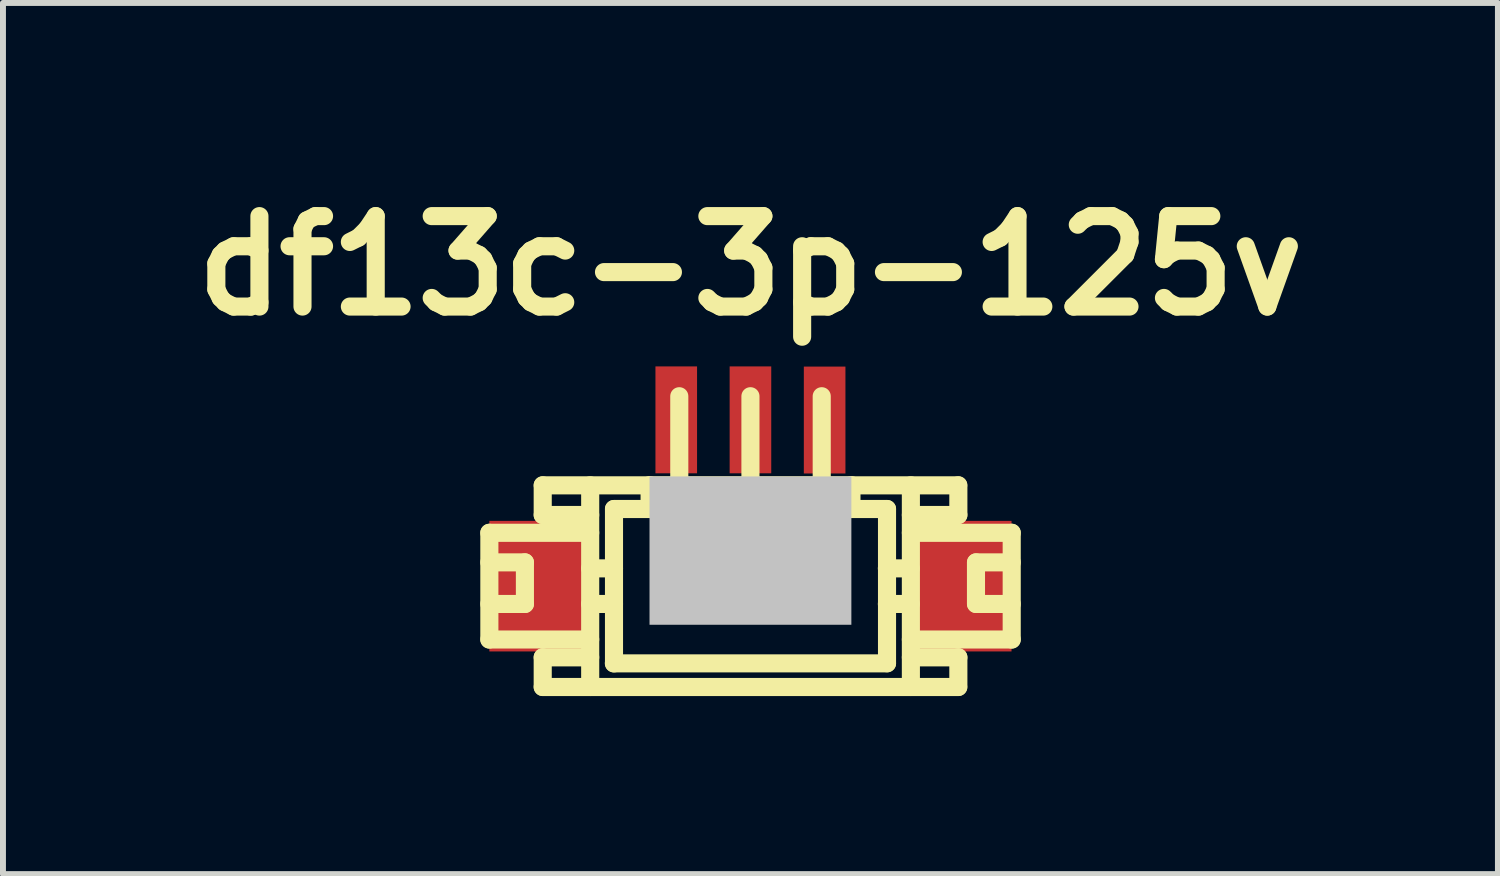
<source format=kicad_pcb>
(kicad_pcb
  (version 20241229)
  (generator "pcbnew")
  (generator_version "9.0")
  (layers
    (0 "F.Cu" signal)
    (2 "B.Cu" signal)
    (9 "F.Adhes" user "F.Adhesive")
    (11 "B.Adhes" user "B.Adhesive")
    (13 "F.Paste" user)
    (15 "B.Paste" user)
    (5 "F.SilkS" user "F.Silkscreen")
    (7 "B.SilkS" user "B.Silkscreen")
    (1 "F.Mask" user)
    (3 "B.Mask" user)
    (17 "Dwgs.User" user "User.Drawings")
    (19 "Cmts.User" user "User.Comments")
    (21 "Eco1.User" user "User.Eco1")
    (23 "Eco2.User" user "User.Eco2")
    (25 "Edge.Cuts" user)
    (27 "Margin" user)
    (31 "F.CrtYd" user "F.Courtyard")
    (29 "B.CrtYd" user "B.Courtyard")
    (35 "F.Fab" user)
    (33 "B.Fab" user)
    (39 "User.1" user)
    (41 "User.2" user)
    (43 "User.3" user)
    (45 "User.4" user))
  (footprint "df13c-3p-125v"
    (layer "F.Cu")
    (at 9.594 6.026)
    (property "Reference" "df13c-3p-125v" (at 0 -4.6 0) (layer "F.SilkS") (effects (font (size 1.524 1.524) (thickness 0.305))))
    (attr through_hole)
    (fp_line (start -4.399 -0.099) (end -2.7 -0.099) (stroke (width 0.305) (type solid)) (layer "F.SilkS"))
    (fp_line (start -4.399 0.399) (end -3.8 0.399) (stroke (width 0.305) (type solid)) (layer "F.SilkS"))
    (fp_line (start -4.399 1.699) (end -4.399 -0.099) (stroke (width 0.305) (type solid)) (layer "F.SilkS"))
    (fp_line (start -4.399 1.699) (end -2.7 1.699) (stroke (width 0.305) (type solid)) (layer "F.SilkS"))
    (fp_line (start -3.8 0.399) (end -3.8 1.1) (stroke (width 0.305) (type solid)) (layer "F.SilkS"))
    (fp_line (start -3.8 1.1) (end -4.399 1.1) (stroke (width 0.305) (type solid)) (layer "F.SilkS"))
    (fp_line (start -3.5 -0.899) (end 3.5 -0.899) (stroke (width 0.305) (type solid)) (layer "F.SilkS"))
    (fp_line (start -3.5 -0.399) (end -3.5 -0.899) (stroke (width 0.305) (type solid)) (layer "F.SilkS"))
    (fp_line (start -3.5 2.499) (end -3.5 1.999) (stroke (width 0.305) (type solid)) (layer "F.SilkS"))
    (fp_line (start -3.5 2.499) (end 3.5 2.499) (stroke (width 0.305) (type solid)) (layer "F.SilkS"))
    (fp_line (start -2.7 -0.899) (end -2.7 2.499) (stroke (width 0.305) (type solid)) (layer "F.SilkS"))
    (fp_line (start -2.7 -0.399) (end -3.5 -0.399) (stroke (width 0.305) (type solid)) (layer "F.SilkS"))
    (fp_line (start -2.7 0.5) (end -2.299 0.5) (stroke (width 0.305) (type solid)) (layer "F.SilkS"))
    (fp_line (start -2.7 1.1) (end -2.299 1.1) (stroke (width 0.305) (type solid)) (layer "F.SilkS"))
    (fp_line (start -2.7 1.999) (end -3.5 1.999) (stroke (width 0.305) (type solid)) (layer "F.SilkS"))
    (fp_line (start -2.299 -0.5) (end -1.699 -0.5) (stroke (width 0.305) (type solid)) (layer "F.SilkS"))
    (fp_line (start -2.299 2.101) (end -2.299 -0.5) (stroke (width 0.305) (type solid)) (layer "F.SilkS"))
    (fp_line (start -1.699 -0.902) (end -1.699 -0.5) (stroke (width 0.305) (type solid)) (layer "F.SilkS"))
    (fp_line (start -1.3 0.998) (end -1.3 1.199) (stroke (width 0.305) (type solid)) (layer "F.SilkS"))
    (fp_line (start -1.3 1.199) (end -1.1 1.199) (stroke (width 0.305) (type solid)) (layer "F.SilkS"))
    (fp_line (start -1.199 -0.902) (end -1.199 -2.4) (stroke (width 0.305) (type solid)) (layer "F.SilkS"))
    (fp_line (start -1.1 0.998) (end -1.3 0.998) (stroke (width 0.305) (type solid)) (layer "F.SilkS"))
    (fp_line (start -1.1 1.199) (end -1.1 0.998) (stroke (width 0.305) (type solid)) (layer "F.SilkS"))
    (fp_line (start -0.099 1.001) (end 0.099 1.001) (stroke (width 0.305) (type solid)) (layer "F.SilkS"))
    (fp_line (start -0.099 1.199) (end -0.099 1.001) (stroke (width 0.305) (type solid)) (layer "F.SilkS"))
    (fp_line (start 0 -0.899) (end 0 -2.4) (stroke (width 0.305) (type solid)) (layer "F.SilkS"))
    (fp_line (start 0.099 1.001) (end 0.099 1.199) (stroke (width 0.305) (type solid)) (layer "F.SilkS"))
    (fp_line (start 0.099 1.199) (end -0.099 1.199) (stroke (width 0.305) (type solid)) (layer "F.SilkS"))
    (fp_line (start 1.102 0.998) (end 1.303 0.998) (stroke (width 0.305) (type solid)) (layer "F.SilkS"))
    (fp_line (start 1.102 1.199) (end 1.102 0.998) (stroke (width 0.305) (type solid)) (layer "F.SilkS"))
    (fp_line (start 1.201 -0.902) (end 1.201 -2.4) (stroke (width 0.305) (type solid)) (layer "F.SilkS"))
    (fp_line (start 1.303 0.998) (end 1.303 1.199) (stroke (width 0.305) (type solid)) (layer "F.SilkS"))
    (fp_line (start 1.303 1.199) (end 1.102 1.199) (stroke (width 0.305) (type solid)) (layer "F.SilkS"))
    (fp_line (start 1.702 -0.5) (end 1.702 -0.902) (stroke (width 0.305) (type solid)) (layer "F.SilkS"))
    (fp_line (start 2.299 1.1) (end 2.7 1.1) (stroke (width 0.305) (type solid)) (layer "F.SilkS"))
    (fp_line (start 2.301 -0.5) (end 1.702 -0.5) (stroke (width 0.305) (type solid)) (layer "F.SilkS"))
    (fp_line (start 2.301 2.098) (end 2.301 -0.5) (stroke (width 0.305) (type solid)) (layer "F.SilkS"))
    (fp_line (start 2.301 2.101) (end -2.301 2.101) (stroke (width 0.305) (type solid)) (layer "F.SilkS"))
    (fp_line (start 2.7 0.5) (end 2.299 0.5) (stroke (width 0.305) (type solid)) (layer "F.SilkS"))
    (fp_line (start 2.703 -0.899) (end 2.703 2.499) (stroke (width 0.305) (type solid)) (layer "F.SilkS"))
    (fp_line (start 3.503 -0.399) (end 2.703 -0.399) (stroke (width 0.305) (type solid)) (layer "F.SilkS"))
    (fp_line (start 3.503 -0.399) (end 3.503 -0.899) (stroke (width 0.305) (type solid)) (layer "F.SilkS"))
    (fp_line (start 3.503 1.999) (end 2.703 1.999) (stroke (width 0.305) (type solid)) (layer "F.SilkS"))
    (fp_line (start 3.503 2.499) (end 3.503 1.999) (stroke (width 0.305) (type solid)) (layer "F.SilkS"))
    (fp_line (start 3.8 0.399) (end 3.8 1.1) (stroke (width 0.305) (type solid)) (layer "F.SilkS"))
    (fp_line (start 3.802 0.399) (end 4.402 0.399) (stroke (width 0.305) (type solid)) (layer "F.SilkS"))
    (fp_line (start 3.802 1.1) (end 4.402 1.1) (stroke (width 0.305) (type solid)) (layer "F.SilkS"))
    (fp_line (start 4.402 -0.099) (end 2.703 -0.099) (stroke (width 0.305) (type solid)) (layer "F.SilkS"))
    (fp_line (start 4.402 -0.099) (end 4.402 1.699) (stroke (width 0.305) (type solid)) (layer "F.SilkS"))
    (fp_line (start 4.402 1.699) (end 2.703 1.699) (stroke (width 0.305) (type solid)) (layer "F.SilkS"))
    (pad "" smd rect (at -3.599 0.8) (size 1.6 2.2) (layers "F.Cu" "F.Mask" "F.Paste"))
    (pad "" smd rect (at 0 0.201) (size 3.401 2.499) (layers "Dwgs.User"))
    (pad "" smd rect (at 3.599 0.8) (size 1.6 2.2) (layers "F.Cu" "F.Mask" "F.Paste"))
    (pad "1" smd rect (at -1.25 -2.002) (size 0.701 1.801) (layers "F.Cu" "F.Mask" "F.Paste"))
    (pad "2" smd rect (at 0 -2.002) (size 0.701 1.801) (layers "F.Cu" "F.Mask" "F.Paste"))
    (pad "3" smd rect (at 1.25 -1.999) (size 0.701 1.801) (layers "F.Cu" "F.Mask" "F.Paste")))
  (gr_rect
    (start -3 -3)
    (end 22.188 11.678)
    (stroke (width 0.1) (type default))
    (fill no)
    (layer "Edge.Cuts")))
</source>
